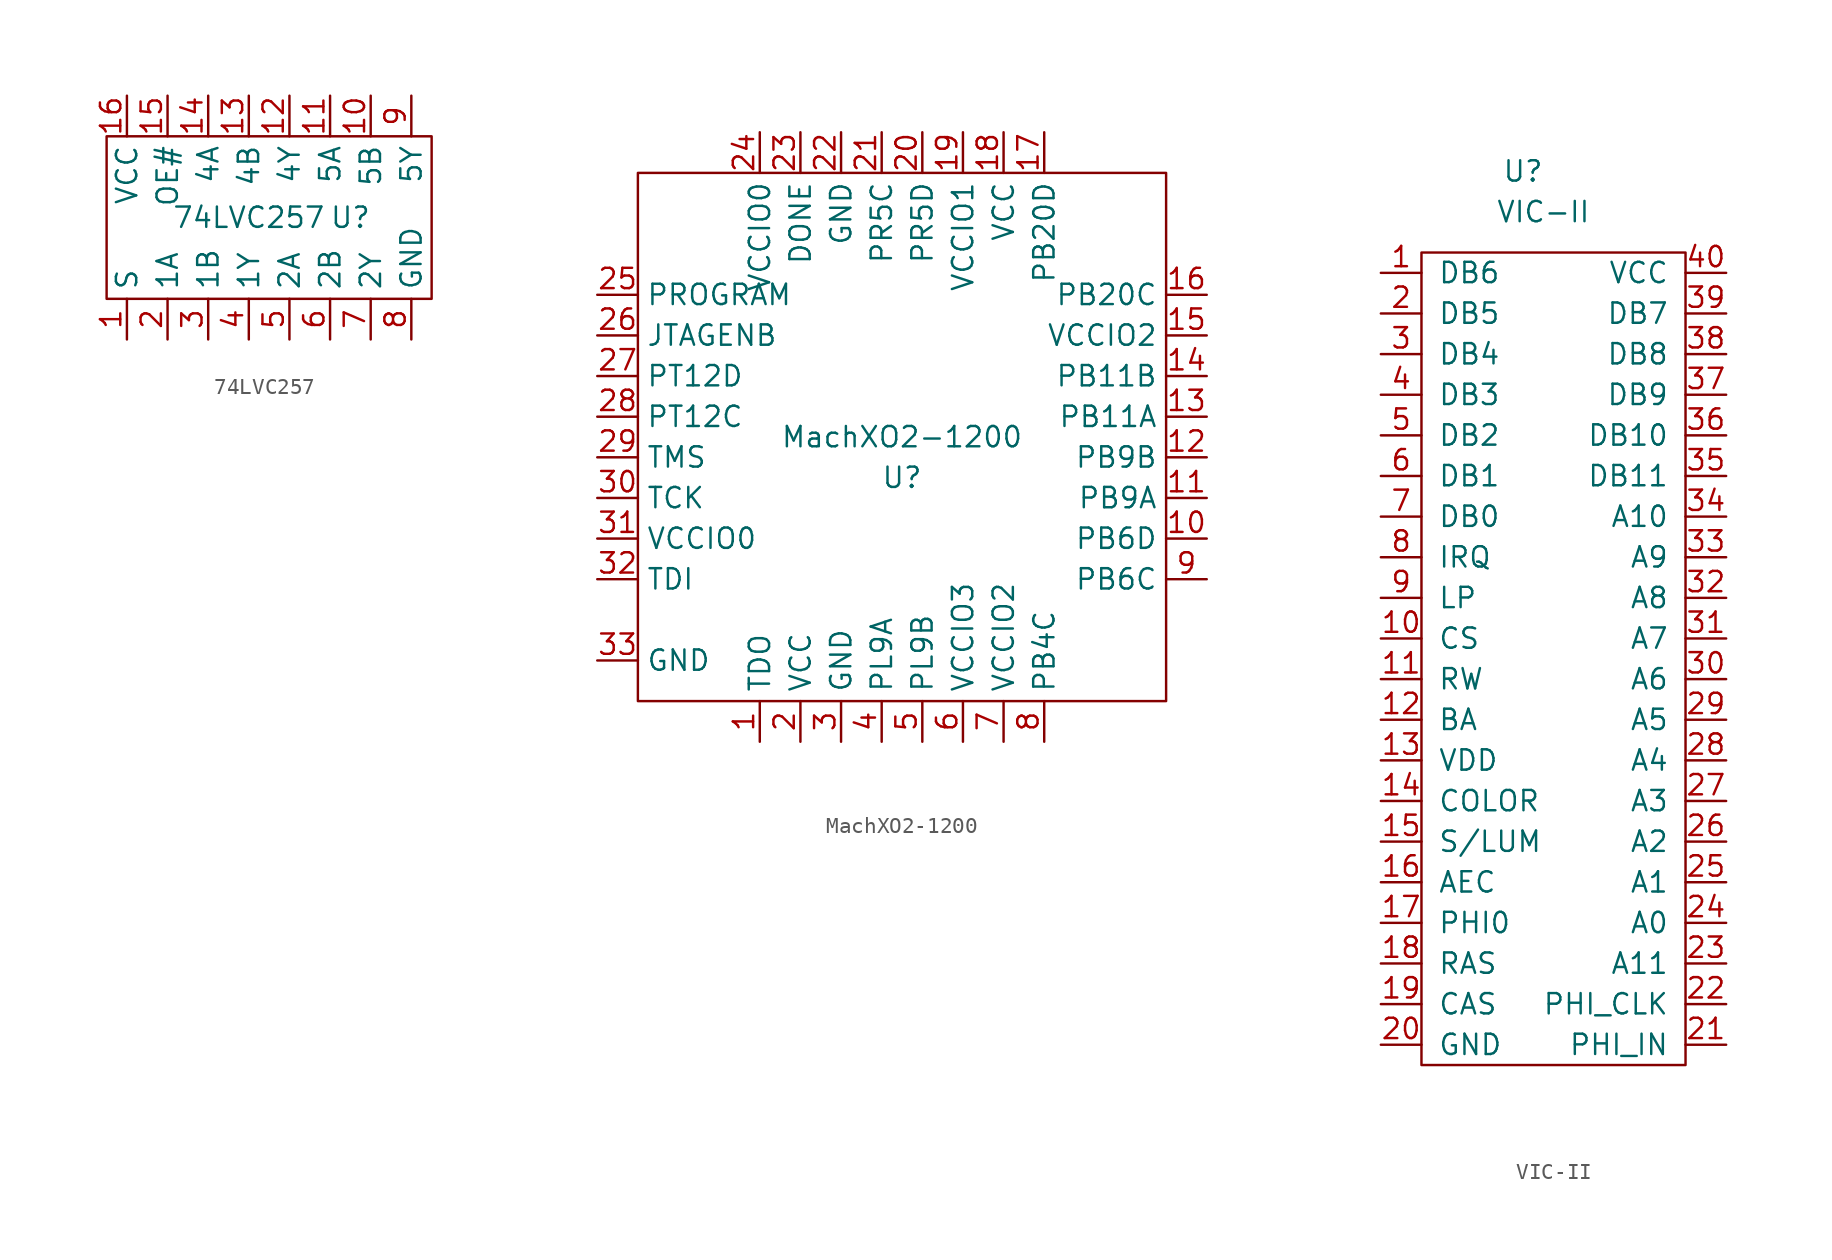
<source format=kicad_sym>
(kicad_symbol_lib
  (version 20211014)
  (generator kicad_symbol_editor)
  (symbol "74LVC257"
    (property "Reference" "U"
      (at 6.35 0 0)
      (effects (font (size 1.27 1.27))))
    (property "Value" "74LVC257"
      (at 0 0 0)
      (effects (font (size 1.27 1.27))))
    (symbol "74LVC257_0_1"
      (rectangle (start -8.89 5.08) (end 11.43 -5.08) (stroke (width 0) (type default) (color 0 0 0 0)) (fill (type none))))
    (symbol "74LVC257_1_1"
      (pin input line (at -7.62 -7.62 90) (length 2.54) (name "S" (effects (font (size 1.27 1.27)))) (number "1" (effects (font (size 1.27 1.27)))))
      (pin input line (at 7.62 7.62 270) (length 2.54) (name "5B" (effects (font (size 1.27 1.27)))) (number "10" (effects (font (size 1.27 1.27)))))
      (pin input line (at 5.08 7.62 270) (length 2.54) (name "5A" (effects (font (size 1.27 1.27)))) (number "11" (effects (font (size 1.27 1.27)))))
      (pin output line (at 2.54 7.62 270) (length 2.54) (name "4Y" (effects (font (size 1.27 1.27)))) (number "12" (effects (font (size 1.27 1.27)))))
      (pin input line (at 0 7.62 270) (length 2.54) (name "4B" (effects (font (size 1.27 1.27)))) (number "13" (effects (font (size 1.27 1.27)))))
      (pin input line (at -2.54 7.62 270) (length 2.54) (name "4A" (effects (font (size 1.27 1.27)))) (number "14" (effects (font (size 1.27 1.27)))))
      (pin input line (at -5.08 7.62 270) (length 2.54) (name "OE#" (effects (font (size 1.27 1.27)))) (number "15" (effects (font (size 1.27 1.27)))))
      (pin power_in line (at -7.62 7.62 270) (length 2.54) (name "VCC" (effects (font (size 1.27 1.27)))) (number "16" (effects (font (size 1.27 1.27)))))
      (pin input line (at -5.08 -7.62 90) (length 2.54) (name "1A" (effects (font (size 1.27 1.27)))) (number "2" (effects (font (size 1.27 1.27)))))
      (pin input line (at -2.54 -7.62 90) (length 2.54) (name "1B" (effects (font (size 1.27 1.27)))) (number "3" (effects (font (size 1.27 1.27)))))
      (pin output line (at 0 -7.62 90) (length 2.54) (name "1Y" (effects (font (size 1.27 1.27)))) (number "4" (effects (font (size 1.27 1.27)))))
      (pin input line (at 2.54 -7.62 90) (length 2.54) (name "2A" (effects (font (size 1.27 1.27)))) (number "5" (effects (font (size 1.27 1.27)))))
      (pin input line (at 5.08 -7.62 90) (length 2.54) (name "2B" (effects (font (size 1.27 1.27)))) (number "6" (effects (font (size 1.27 1.27)))))
      (pin output line (at 7.62 -7.62 90) (length 2.54) (name "2Y" (effects (font (size 1.27 1.27)))) (number "7" (effects (font (size 1.27 1.27)))))
      (pin power_in line (at 10.16 -7.62 90) (length 2.54) (name "GND" (effects (font (size 1.27 1.27)))) (number "8" (effects (font (size 1.27 1.27)))))
      (pin output line (at 10.16 7.62 270) (length 2.54) (name "5Y" (effects (font (size 1.27 1.27)))) (number "9" (effects (font (size 1.27 1.27)))))))
  (symbol "MachXO2-1200"
    (property "Reference" "U"
      (at 0 -2.54 0)
      (effects (font (size 1.27 1.27))))
    (property "Value" "MachXO2-1200"
      (at 0 0 0)
      (effects (font (size 1.27 1.27))))
    (symbol "MachXO2-1200_0_1"
      (rectangle (start -16.51 16.51) (end 16.51 -16.51) (stroke (width 0) (type default) (color 0 0 0 0)) (fill (type none))))
    (symbol "MachXO2-1200_1_1"
      (pin output line (at -8.89 -19.05 90) (length 2.54) (name "TDO" (effects (font (size 1.27 1.27)))) (number "1" (effects (font (size 1.27 1.27)))))
      (pin bidirectional line (at 19.05 -6.35 180) (length 2.54) (name "PB6D" (effects (font (size 1.27 1.27)))) (number "10" (effects (font (size 1.27 1.27)))))
      (pin bidirectional line (at 19.05 -3.81 180) (length 2.54) (name "PB9A" (effects (font (size 1.27 1.27)))) (number "11" (effects (font (size 1.27 1.27)))))
      (pin bidirectional line (at 19.05 -1.27 180) (length 2.54) (name "PB9B" (effects (font (size 1.27 1.27)))) (number "12" (effects (font (size 1.27 1.27)))))
      (pin bidirectional line (at 19.05 1.27 180) (length 2.54) (name "PB11A" (effects (font (size 1.27 1.27)))) (number "13" (effects (font (size 1.27 1.27)))))
      (pin bidirectional line (at 19.05 3.81 180) (length 2.54) (name "PB11B" (effects (font (size 1.27 1.27)))) (number "14" (effects (font (size 1.27 1.27)))))
      (pin power_in line (at 19.05 6.35 180) (length 2.54) (name "VCCIO2" (effects (font (size 1.27 1.27)))) (number "15" (effects (font (size 1.27 1.27)))))
      (pin bidirectional line (at 19.05 8.89 180) (length 2.54) (name "PB20C" (effects (font (size 1.27 1.27)))) (number "16" (effects (font (size 1.27 1.27)))))
      (pin bidirectional line (at 8.89 19.05 270) (length 2.54) (name "PB20D" (effects (font (size 1.27 1.27)))) (number "17" (effects (font (size 1.27 1.27)))))
      (pin power_in line (at 6.35 19.05 270) (length 2.54) (name "VCC" (effects (font (size 1.27 1.27)))) (number "18" (effects (font (size 1.27 1.27)))))
      (pin power_in line (at 3.81 19.05 270) (length 2.54) (name "VCCIO1" (effects (font (size 1.27 1.27)))) (number "19" (effects (font (size 1.27 1.27)))))
      (pin power_in line (at -6.35 -19.05 90) (length 2.54) (name "VCC" (effects (font (size 1.27 1.27)))) (number "2" (effects (font (size 1.27 1.27)))))
      (pin bidirectional line (at 1.27 19.05 270) (length 2.54) (name "PR5D" (effects (font (size 1.27 1.27)))) (number "20" (effects (font (size 1.27 1.27)))))
      (pin bidirectional line (at -1.27 19.05 270) (length 2.54) (name "PR5C" (effects (font (size 1.27 1.27)))) (number "21" (effects (font (size 1.27 1.27)))))
      (pin power_in line (at -3.81 19.05 270) (length 2.54) (name "GND" (effects (font (size 1.27 1.27)))) (number "22" (effects (font (size 1.27 1.27)))))
      (pin output line (at -6.35 19.05 270) (length 2.54) (name "DONE" (effects (font (size 1.27 1.27)))) (number "23" (effects (font (size 1.27 1.27)))))
      (pin power_in line (at -8.89 19.05 270) (length 2.54) (name "VCCIO0" (effects (font (size 1.27 1.27)))) (number "24" (effects (font (size 1.27 1.27)))))
      (pin output line (at -19.05 8.89 0) (length 2.54) (name "PROGRAM" (effects (font (size 1.27 1.27)))) (number "25" (effects (font (size 1.27 1.27)))))
      (pin input line (at -19.05 6.35 0) (length 2.54) (name "JTAGENB" (effects (font (size 1.27 1.27)))) (number "26" (effects (font (size 1.27 1.27)))))
      (pin bidirectional line (at -19.05 3.81 0) (length 2.54) (name "PT12D" (effects (font (size 1.27 1.27)))) (number "27" (effects (font (size 1.27 1.27)))))
      (pin bidirectional line (at -19.05 1.27 0) (length 2.54) (name "PT12C" (effects (font (size 1.27 1.27)))) (number "28" (effects (font (size 1.27 1.27)))))
      (pin input line (at -19.05 -1.27 0) (length 2.54) (name "TMS" (effects (font (size 1.27 1.27)))) (number "29" (effects (font (size 1.27 1.27)))))
      (pin power_in line (at -3.81 -19.05 90) (length 2.54) (name "GND" (effects (font (size 1.27 1.27)))) (number "3" (effects (font (size 1.27 1.27)))))
      (pin input line (at -19.05 -3.81 0) (length 2.54) (name "TCK" (effects (font (size 1.27 1.27)))) (number "30" (effects (font (size 1.27 1.27)))))
      (pin input line (at -19.05 -6.35 0) (length 2.54) (name "VCCIO0" (effects (font (size 1.27 1.27)))) (number "31" (effects (font (size 1.27 1.27)))))
      (pin input line (at -19.05 -8.89 0) (length 2.54) (name "TDI" (effects (font (size 1.27 1.27)))) (number "32" (effects (font (size 1.27 1.27)))))
      (pin power_in line (at -19.05 -13.97 0) (length 2.54) (name "GND" (effects (font (size 1.27 1.27)))) (number "33" (effects (font (size 1.27 1.27)))))
      (pin bidirectional line (at -1.27 -19.05 90) (length 2.54) (name "PL9A" (effects (font (size 1.27 1.27)))) (number "4" (effects (font (size 1.27 1.27)))))
      (pin bidirectional line (at 1.27 -19.05 90) (length 2.54) (name "PL9B" (effects (font (size 1.27 1.27)))) (number "5" (effects (font (size 1.27 1.27)))))
      (pin power_in line (at 3.81 -19.05 90) (length 2.54) (name "VCCIO3" (effects (font (size 1.27 1.27)))) (number "6" (effects (font (size 1.27 1.27)))))
      (pin power_in line (at 6.35 -19.05 90) (length 2.54) (name "VCCIO2" (effects (font (size 1.27 1.27)))) (number "7" (effects (font (size 1.27 1.27)))))
      (pin bidirectional line (at 8.89 -19.05 90) (length 2.54) (name "PB4C" (effects (font (size 1.27 1.27)))) (number "8" (effects (font (size 1.27 1.27)))))
      (pin bidirectional line (at 19.05 -8.89 180) (length 2.54) (name "PB6C" (effects (font (size 1.27 1.27)))) (number "9" (effects (font (size 1.27 1.27)))))))
  (symbol "VIC-II"
    (pin_names
      (offset 1.016))
    (property "Reference" "U"
      (at -1.27 2.54 0)
      (effects (font (size 1.27 1.27))))
    (property "Value" "VIC-II"
      (at 0 0 0)
      (effects (font (size 1.27 1.27))))
    (symbol "VIC-II_0_1"
      (rectangle (start -7.62 -2.54) (end 8.89 -53.34) (stroke (width 0) (type default) (color 0 0 0 0)) (fill (type none))))
    (symbol "VIC-II_1_1"
      (pin output line (at -10.16 -3.81 0) (length 2.54) (name "DB6" (effects (font (size 1.27 1.27)))) (number "1" (effects (font (size 1.27 1.27)))))
      (pin output line (at -10.16 -26.67 0) (length 2.54) (name "CS" (effects (font (size 1.27 1.27)))) (number "10" (effects (font (size 1.27 1.27)))))
      (pin output line (at -10.16 -29.21 0) (length 2.54) (name "RW" (effects (font (size 1.27 1.27)))) (number "11" (effects (font (size 1.27 1.27)))))
      (pin output line (at -10.16 -31.75 0) (length 2.54) (name "BA" (effects (font (size 1.27 1.27)))) (number "12" (effects (font (size 1.27 1.27)))))
      (pin power_out line (at -10.16 -34.29 0) (length 2.54) (name "VDD" (effects (font (size 1.27 1.27)))) (number "13" (effects (font (size 1.27 1.27)))))
      (pin output line (at -10.16 -36.83 0) (length 2.54) (name "COLOR" (effects (font (size 1.27 1.27)))) (number "14" (effects (font (size 1.27 1.27)))))
      (pin output line (at -10.16 -39.37 0) (length 2.54) (name "S/LUM" (effects (font (size 1.27 1.27)))) (number "15" (effects (font (size 1.27 1.27)))))
      (pin output line (at -10.16 -41.91 0) (length 2.54) (name "AEC" (effects (font (size 1.27 1.27)))) (number "16" (effects (font (size 1.27 1.27)))))
      (pin output line (at -10.16 -44.45 0) (length 2.54) (name "PHI0" (effects (font (size 1.27 1.27)))) (number "17" (effects (font (size 1.27 1.27)))))
      (pin output line (at -10.16 -46.99 0) (length 2.54) (name "RAS" (effects (font (size 1.27 1.27)))) (number "18" (effects (font (size 1.27 1.27)))))
      (pin output line (at -10.16 -49.53 0) (length 2.54) (name "CAS" (effects (font (size 1.27 1.27)))) (number "19" (effects (font (size 1.27 1.27)))))
      (pin output line (at -10.16 -6.35 0) (length 2.54) (name "DB5" (effects (font (size 1.27 1.27)))) (number "2" (effects (font (size 1.27 1.27)))))
      (pin power_out line (at -10.16 -52.07 0) (length 2.54) (name "GND" (effects (font (size 1.27 1.27)))) (number "20" (effects (font (size 1.27 1.27)))))
      (pin output line (at 11.43 -52.07 180) (length 2.54) (name "PHI_IN" (effects (font (size 1.27 1.27)))) (number "21" (effects (font (size 1.27 1.27)))))
      (pin output line (at 11.43 -49.53 180) (length 2.54) (name "PHI_CLK" (effects (font (size 1.27 1.27)))) (number "22" (effects (font (size 1.27 1.27)))))
      (pin output line (at 11.43 -46.99 180) (length 2.54) (name "A11" (effects (font (size 1.27 1.27)))) (number "23" (effects (font (size 1.27 1.27)))))
      (pin output line (at 11.43 -44.45 180) (length 2.54) (name "A0" (effects (font (size 1.27 1.27)))) (number "24" (effects (font (size 1.27 1.27)))))
      (pin output line (at 11.43 -41.91 180) (length 2.54) (name "A1" (effects (font (size 1.27 1.27)))) (number "25" (effects (font (size 1.27 1.27)))))
      (pin output line (at 11.43 -39.37 180) (length 2.54) (name "A2" (effects (font (size 1.27 1.27)))) (number "26" (effects (font (size 1.27 1.27)))))
      (pin output line (at 11.43 -36.83 180) (length 2.54) (name "A3" (effects (font (size 1.27 1.27)))) (number "27" (effects (font (size 1.27 1.27)))))
      (pin output line (at 11.43 -34.29 180) (length 2.54) (name "A4" (effects (font (size 1.27 1.27)))) (number "28" (effects (font (size 1.27 1.27)))))
      (pin output line (at 11.43 -31.75 180) (length 2.54) (name "A5" (effects (font (size 1.27 1.27)))) (number "29" (effects (font (size 1.27 1.27)))))
      (pin output line (at -10.16 -8.89 0) (length 2.54) (name "DB4" (effects (font (size 1.27 1.27)))) (number "3" (effects (font (size 1.27 1.27)))))
      (pin output line (at 11.43 -29.21 180) (length 2.54) (name "A6" (effects (font (size 1.27 1.27)))) (number "30" (effects (font (size 1.27 1.27)))))
      (pin output line (at 11.43 -26.67 180) (length 2.54) (name "A7" (effects (font (size 1.27 1.27)))) (number "31" (effects (font (size 1.27 1.27)))))
      (pin output line (at 11.43 -24.13 180) (length 2.54) (name "A8" (effects (font (size 1.27 1.27)))) (number "32" (effects (font (size 1.27 1.27)))))
      (pin output line (at 11.43 -21.59 180) (length 2.54) (name "A9" (effects (font (size 1.27 1.27)))) (number "33" (effects (font (size 1.27 1.27)))))
      (pin output line (at 11.43 -19.05 180) (length 2.54) (name "A10" (effects (font (size 1.27 1.27)))) (number "34" (effects (font (size 1.27 1.27)))))
      (pin output line (at 11.43 -16.51 180) (length 2.54) (name "DB11" (effects (font (size 1.27 1.27)))) (number "35" (effects (font (size 1.27 1.27)))))
      (pin output line (at 11.43 -13.97 180) (length 2.54) (name "DB10" (effects (font (size 1.27 1.27)))) (number "36" (effects (font (size 1.27 1.27)))))
      (pin output line (at 11.43 -11.43 180) (length 2.54) (name "DB9" (effects (font (size 1.27 1.27)))) (number "37" (effects (font (size 1.27 1.27)))))
      (pin output line (at 11.43 -8.89 180) (length 2.54) (name "DB8" (effects (font (size 1.27 1.27)))) (number "38" (effects (font (size 1.27 1.27)))))
      (pin output line (at 11.43 -6.35 180) (length 2.54) (name "DB7" (effects (font (size 1.27 1.27)))) (number "39" (effects (font (size 1.27 1.27)))))
      (pin output line (at -10.16 -11.43 0) (length 2.54) (name "DB3" (effects (font (size 1.27 1.27)))) (number "4" (effects (font (size 1.27 1.27)))))
      (pin power_out line (at 11.43 -3.81 180) (length 2.54) (name "VCC" (effects (font (size 1.27 1.27)))) (number "40" (effects (font (size 1.27 1.27)))))
      (pin output line (at -10.16 -13.97 0) (length 2.54) (name "DB2" (effects (font (size 1.27 1.27)))) (number "5" (effects (font (size 1.27 1.27)))))
      (pin output line (at -10.16 -16.51 0) (length 2.54) (name "DB1" (effects (font (size 1.27 1.27)))) (number "6" (effects (font (size 1.27 1.27)))))
      (pin output line (at -10.16 -19.05 0) (length 2.54) (name "DB0" (effects (font (size 1.27 1.27)))) (number "7" (effects (font (size 1.27 1.27)))))
      (pin output line (at -10.16 -21.59 0) (length 2.54) (name "IRQ" (effects (font (size 1.27 1.27)))) (number "8" (effects (font (size 1.27 1.27)))))
      (pin output line (at -10.16 -24.13 0) (length 2.54) (name "LP" (effects (font (size 1.27 1.27)))) (number "9" (effects (font (size 1.27 1.27))))))))
</source>
